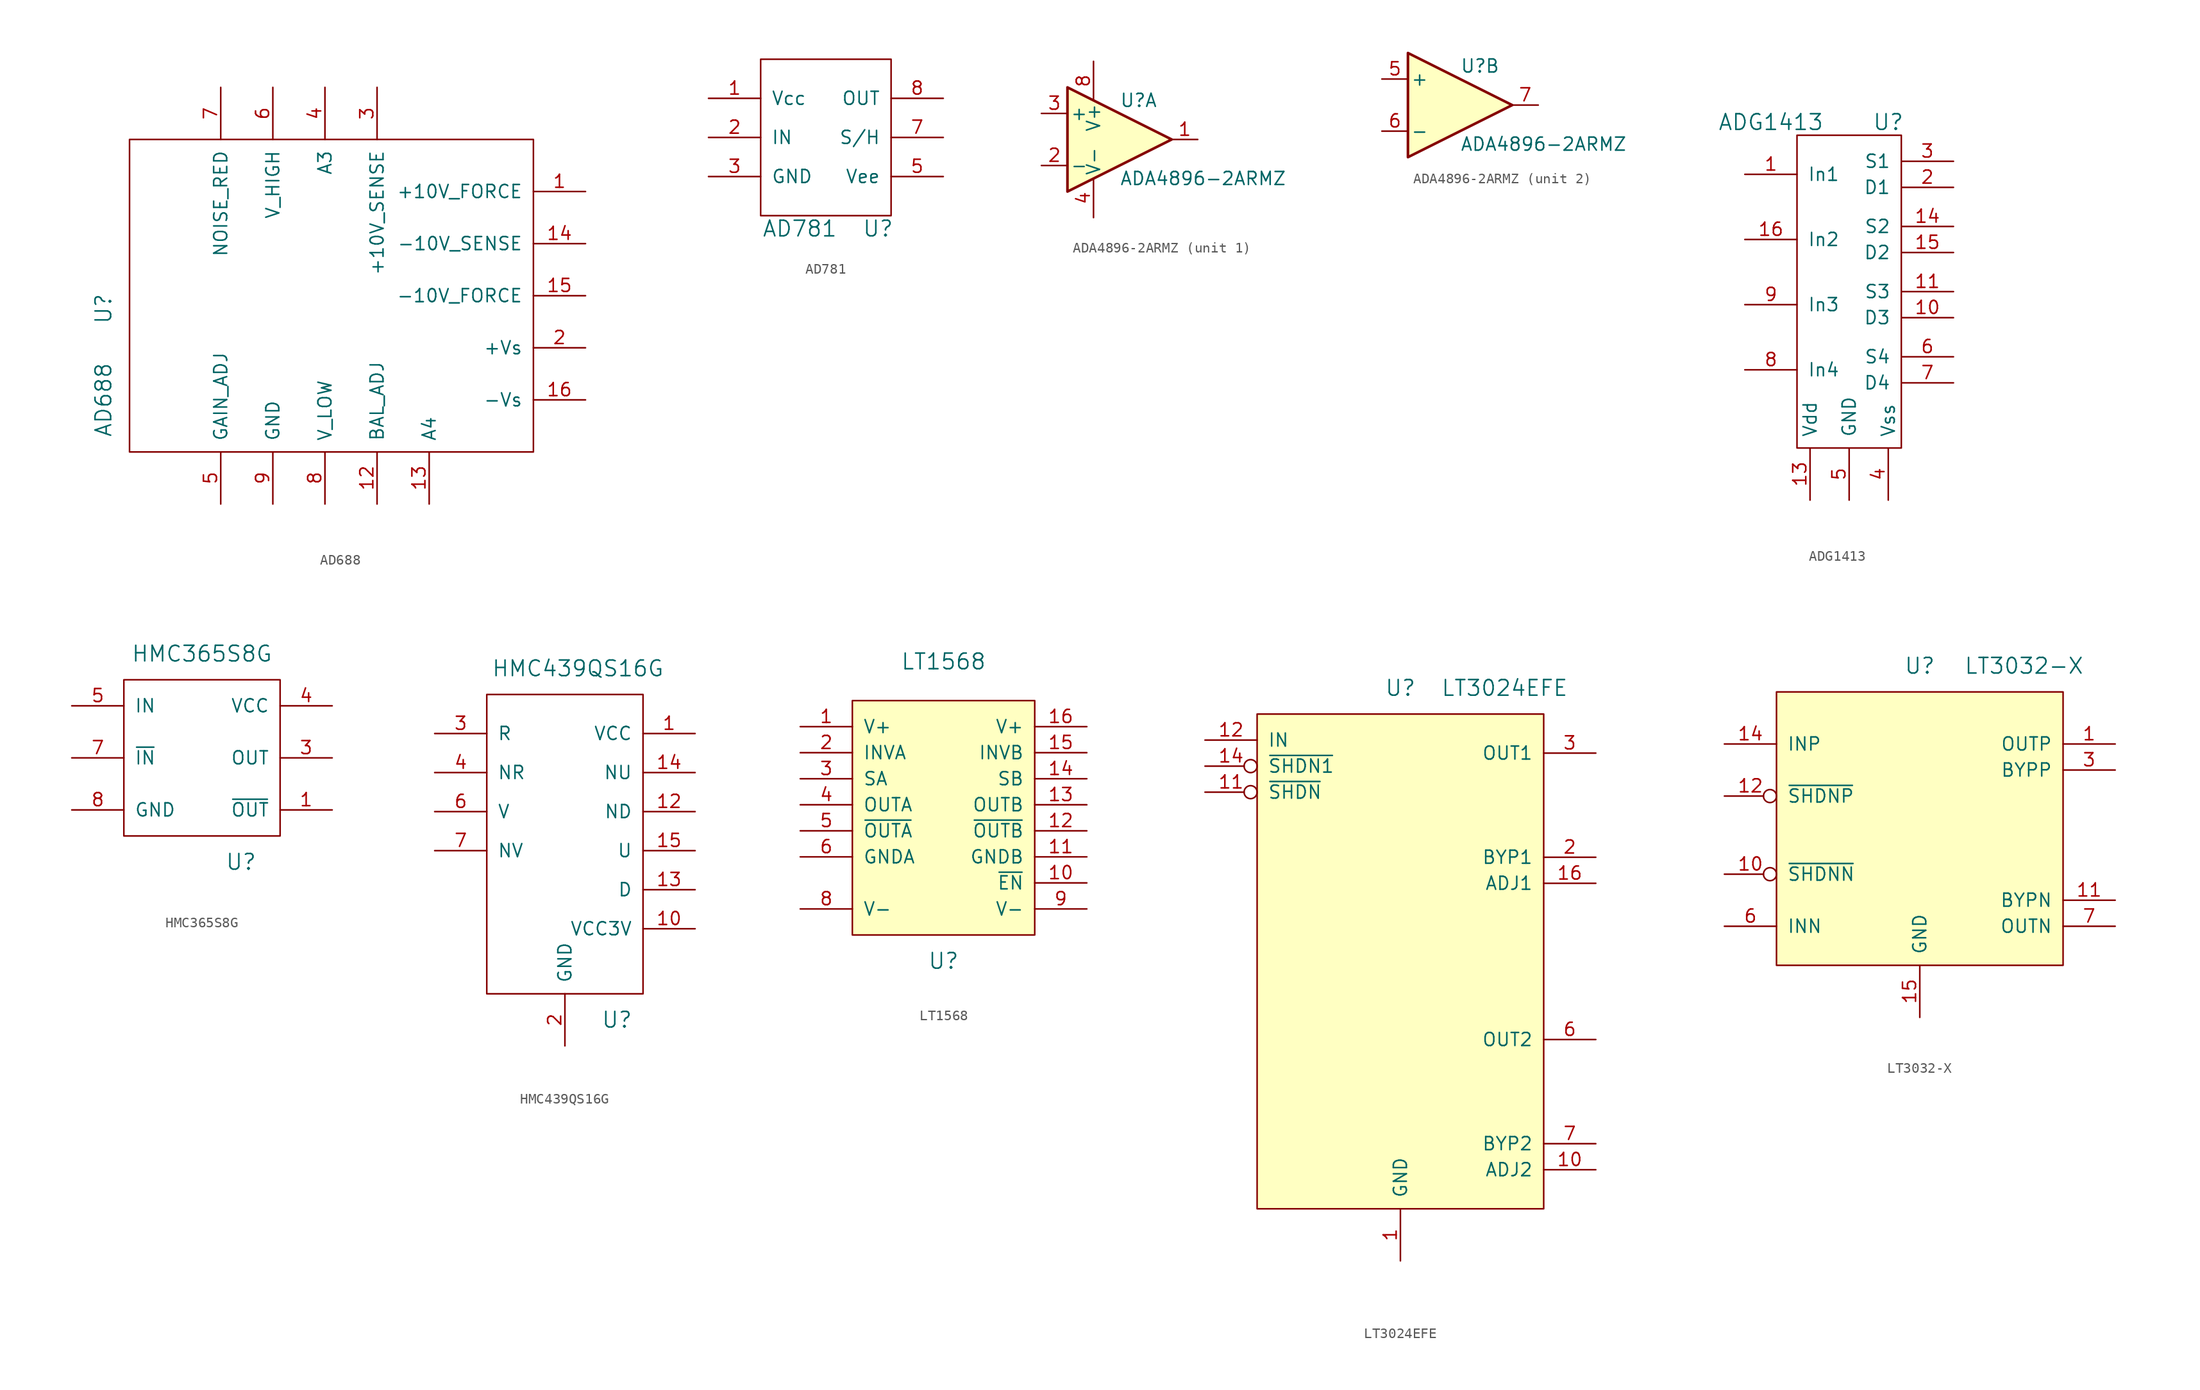
<source format=kicad_sym>
(kicad_symbol_lib
  (version 20211014)
  (generator kicad_symbol_editor)
  (symbol "AD688"
    (pin_names
      (offset 1.016))
    (property "Reference" "U"
      (at -20.32 -1.27 90)
      (effects (font (size 1.524 1.524))))
    (property "Value" "AD688"
      (at -20.32 -10.16 90)
      (effects (font (size 1.524 1.524))))
    (symbol "AD688_0_1"
      (rectangle (start 21.59 15.24) (end -17.78 -15.24) (stroke (width 0) (type default) (color 0 0 0 0)) (fill (type none))))
    (symbol "AD688_1_1"
      (pin input line (at 26.67 10.16 180) (length 5.08) (name "+10V_FORCE" (effects (font (size 1.27 1.27)))) (number "1" (effects (font (size 1.27 1.27)))))
      (pin input line (at 6.35 -20.32 90) (length 5.08) (name "BAL_ADJ" (effects (font (size 1.27 1.27)))) (number "12" (effects (font (size 1.27 1.27)))))
      (pin input line (at 11.43 -20.32 90) (length 5.08) (name "A4" (effects (font (size 1.27 1.27)))) (number "13" (effects (font (size 1.27 1.27)))))
      (pin input line (at 26.67 5.08 180) (length 5.08) (name "-10V_SENSE" (effects (font (size 1.27 1.27)))) (number "14" (effects (font (size 1.27 1.27)))))
      (pin input line (at 26.67 0 180) (length 5.08) (name "-10V_FORCE" (effects (font (size 1.27 1.27)))) (number "15" (effects (font (size 1.27 1.27)))))
      (pin input line (at 26.67 -10.16 180) (length 5.08) (name "-Vs" (effects (font (size 1.27 1.27)))) (number "16" (effects (font (size 1.27 1.27)))))
      (pin input line (at 26.67 -5.08 180) (length 5.08) (name "+Vs" (effects (font (size 1.27 1.27)))) (number "2" (effects (font (size 1.27 1.27)))))
      (pin input line (at 6.35 20.32 270) (length 5.08) (name "+10V_SENSE" (effects (font (size 1.27 1.27)))) (number "3" (effects (font (size 1.27 1.27)))))
      (pin input line (at 1.27 20.32 270) (length 5.08) (name "A3" (effects (font (size 1.27 1.27)))) (number "4" (effects (font (size 1.27 1.27)))))
      (pin input line (at -8.89 -20.32 90) (length 5.08) (name "GAIN_ADJ" (effects (font (size 1.27 1.27)))) (number "5" (effects (font (size 1.27 1.27)))))
      (pin input line (at -3.81 20.32 270) (length 5.08) (name "V_HIGH" (effects (font (size 1.27 1.27)))) (number "6" (effects (font (size 1.27 1.27)))))
      (pin input line (at -8.89 20.32 270) (length 5.08) (name "NOISE_RED" (effects (font (size 1.27 1.27)))) (number "7" (effects (font (size 1.27 1.27)))))
      (pin input line (at 1.27 -20.32 90) (length 5.08) (name "V_LOW" (effects (font (size 1.27 1.27)))) (number "8" (effects (font (size 1.27 1.27)))))
      (pin input line (at -3.81 -20.32 90) (length 5.08) (name "GND" (effects (font (size 1.27 1.27)))) (number "9" (effects (font (size 1.27 1.27)))))))
  (symbol "AD781"
    (pin_names
      (offset 1.016))
    (property "Reference" "U"
      (at 3.81 -1.27 0)
      (effects (font (size 1.524 1.524))))
    (property "Value" "AD781"
      (at -3.81 -1.27 0)
      (effects (font (size 1.524 1.524))))
    (symbol "AD781_0_1"
      (rectangle (start -7.62 15.24) (end 5.08 0) (stroke (width 0) (type default) (color 0 0 0 0)) (fill (type none))))
    (symbol "AD781_1_1"
      (pin passive line (at -12.7 11.43 0) (length 5.08) (name "Vcc" (effects (font (size 1.27 1.27)))) (number "1" (effects (font (size 1.27 1.27)))))
      (pin input line (at -12.7 7.62 0) (length 5.08) (name "IN" (effects (font (size 1.27 1.27)))) (number "2" (effects (font (size 1.27 1.27)))))
      (pin input line (at -12.7 3.81 0) (length 5.08) (name "GND" (effects (font (size 1.27 1.27)))) (number "3" (effects (font (size 1.27 1.27)))))
      (pin input line (at 10.16 3.81 180) (length 5.08) (name "Vee" (effects (font (size 1.27 1.27)))) (number "5" (effects (font (size 1.27 1.27)))))
      (pin input line (at 10.16 7.62 180) (length 5.08) (name "S/H" (effects (font (size 1.27 1.27)))) (number "7" (effects (font (size 1.27 1.27)))))
      (pin input line (at 10.16 11.43 180) (length 5.08) (name "OUT" (effects (font (size 1.27 1.27)))) (number "8" (effects (font (size 1.27 1.27)))))))
  (symbol "ADA4896-2ARMZ"
    (pin_names
      (offset 0.254))
    (property "Reference" "U"
      (at 0 3.81 0)
      (effects (font (size 1.27 1.27)) (justify left)))
    (property "Value" "ADA4896-2ARMZ"
      (at 0 -3.81 0)
      (effects (font (size 1.27 1.27)) (justify left)))
    (symbol "ADA4896-2ARMZ_0_1"
      (polyline (pts (xy -5.08 5.08) (xy 5.08 0) (xy -5.08 -5.08) (xy -5.08 5.08)) (stroke (width 0.254) (type default) (color 0 0 0 0)) (fill (type background))))
    (symbol "ADA4896-2ARMZ_1_1"
      (pin output line (at 7.62 0 180) (length 2.54) (name "~" (effects (font (size 1.27 1.27)))) (number "1" (effects (font (size 1.27 1.27)))))
      (pin input line (at -7.62 -2.54 0) (length 2.54) (name "-" (effects (font (size 1.27 1.27)))) (number "2" (effects (font (size 1.27 1.27)))))
      (pin input line (at -7.62 2.54 0) (length 2.54) (name "+" (effects (font (size 1.27 1.27)))) (number "3" (effects (font (size 1.27 1.27)))))
      (pin power_in line (at -2.54 -7.62 90) (length 3.81) (name "V-" (effects (font (size 1.27 1.27)))) (number "4" (effects (font (size 1.27 1.27)))))
      (pin power_in line (at -2.54 7.62 270) (length 3.81) (name "V+" (effects (font (size 1.27 1.27)))) (number "8" (effects (font (size 1.27 1.27))))))
    (symbol "ADA4896-2ARMZ_2_1"
      (pin input line (at -7.62 2.54 0) (length 2.54) (name "+" (effects (font (size 1.27 1.27)))) (number "5" (effects (font (size 1.27 1.27)))))
      (pin input line (at -7.62 -2.54 0) (length 2.54) (name "-" (effects (font (size 1.27 1.27)))) (number "6" (effects (font (size 1.27 1.27)))))
      (pin output line (at 7.62 0 180) (length 2.54) (name "~" (effects (font (size 1.27 1.27)))) (number "7" (effects (font (size 1.27 1.27)))))))
  (symbol "ADG1413"
    (pin_names
      (offset 1.016))
    (property "Reference" "U"
      (at 3.81 21.59 0)
      (effects (font (size 1.524 1.524))))
    (property "Value" "ADG1413"
      (at -7.62 21.59 0)
      (effects (font (size 1.524 1.524))))
    (symbol "ADG1413_0_1"
      (rectangle (start -5.08 20.32) (end 5.08 -10.16) (stroke (width 0) (type default) (color 0 0 0 0)) (fill (type none))))
    (symbol "ADG1413_1_1"
      (pin input line (at -10.16 16.51 0) (length 5.08) (name "In1" (effects (font (size 1.27 1.27)))) (number "1" (effects (font (size 1.27 1.27)))))
      (pin bidirectional line (at 10.16 2.54 180) (length 5.08) (name "D3" (effects (font (size 1.27 1.27)))) (number "10" (effects (font (size 1.27 1.27)))))
      (pin bidirectional line (at 10.16 5.08 180) (length 5.08) (name "S3" (effects (font (size 1.27 1.27)))) (number "11" (effects (font (size 1.27 1.27)))))
      (pin no_connect line (at 0 25.4 270) (length 5.08) hide (name "NC" (effects (font (size 1.27 1.27)))) (number "12" (effects (font (size 1.27 1.27)))))
      (pin power_in line (at -3.81 -15.24 90) (length 5.08) (name "Vdd" (effects (font (size 1.27 1.27)))) (number "13" (effects (font (size 1.27 1.27)))))
      (pin bidirectional line (at 10.16 11.43 180) (length 5.08) (name "S2" (effects (font (size 1.27 1.27)))) (number "14" (effects (font (size 1.27 1.27)))))
      (pin bidirectional line (at 10.16 8.89 180) (length 5.08) (name "D2" (effects (font (size 1.27 1.27)))) (number "15" (effects (font (size 1.27 1.27)))))
      (pin input line (at -10.16 10.16 0) (length 5.08) (name "In2" (effects (font (size 1.27 1.27)))) (number "16" (effects (font (size 1.27 1.27)))))
      (pin bidirectional line (at 10.16 15.24 180) (length 5.08) (name "D1" (effects (font (size 1.27 1.27)))) (number "2" (effects (font (size 1.27 1.27)))))
      (pin bidirectional line (at 10.16 17.78 180) (length 5.08) (name "S1" (effects (font (size 1.27 1.27)))) (number "3" (effects (font (size 1.27 1.27)))))
      (pin power_in line (at 3.81 -15.24 90) (length 5.08) (name "Vss" (effects (font (size 1.27 1.27)))) (number "4" (effects (font (size 1.27 1.27)))))
      (pin power_in line (at 0 -15.24 90) (length 5.08) (name "GND" (effects (font (size 1.27 1.27)))) (number "5" (effects (font (size 1.27 1.27)))))
      (pin bidirectional line (at 10.16 -1.27 180) (length 5.08) (name "S4" (effects (font (size 1.27 1.27)))) (number "6" (effects (font (size 1.27 1.27)))))
      (pin bidirectional line (at 10.16 -3.81 180) (length 5.08) (name "D4" (effects (font (size 1.27 1.27)))) (number "7" (effects (font (size 1.27 1.27)))))
      (pin input line (at -10.16 -2.54 0) (length 5.08) (name "In4" (effects (font (size 1.27 1.27)))) (number "8" (effects (font (size 1.27 1.27)))))
      (pin input line (at -10.16 3.81 0) (length 5.08) (name "In3" (effects (font (size 1.27 1.27)))) (number "9" (effects (font (size 1.27 1.27)))))))
  (symbol "HMC365S8G"
    (pin_names
      (offset 1.016))
    (property "Reference" "U"
      (at 3.81 -6.35 0)
      (effects (font (size 1.524 1.524))))
    (property "Value" "HMC365S8G"
      (at 0 13.97 0)
      (effects (font (size 1.524 1.524))))
    (symbol "HMC365S8G_0_1"
      (rectangle (start -7.62 11.43) (end 7.62 -3.81) (stroke (width 0) (type default) (color 0 0 0 0)) (fill (type none))))
    (symbol "HMC365S8G_1_0"
      (pin power_in line (at 12.7 8.89 180) (length 5.08) (name "VCC" (effects (font (size 1.27 1.27)))) (number "4" (effects (font (size 1.27 1.27))))))
    (symbol "HMC365S8G_1_1"
      (pin output line (at 12.7 -1.27 180) (length 5.08) (name "~{OUT}" (effects (font (size 1.27 1.27)))) (number "1" (effects (font (size 1.27 1.27)))))
      (pin no_connect line (at -1.27 -8.89 90) (length 5.08) hide (name "NC" (effects (font (size 1.27 1.27)))) (number "2" (effects (font (size 1.27 1.27)))))
      (pin output line (at 12.7 3.81 180) (length 5.08) (name "OUT" (effects (font (size 1.27 1.27)))) (number "3" (effects (font (size 1.27 1.27)))))
      (pin input line (at -12.7 8.89 0) (length 5.08) (name "IN" (effects (font (size 1.27 1.27)))) (number "5" (effects (font (size 1.27 1.27)))))
      (pin no_connect line (at 1.27 -8.89 90) (length 5.08) hide (name "NC" (effects (font (size 1.27 1.27)))) (number "6" (effects (font (size 1.27 1.27)))))
      (pin input line (at -12.7 3.81 0) (length 5.08) (name "~{IN}" (effects (font (size 1.27 1.27)))) (number "7" (effects (font (size 1.27 1.27)))))
      (pin passive line (at -12.7 -1.27 0) (length 5.08) (name "GND" (effects (font (size 1.27 1.27)))) (number "8" (effects (font (size 1.27 1.27)))))
      (pin passive line (at -12.7 -1.27 0) (length 5.08) hide (name "GND" (effects (font (size 1.27 1.27)))) (number "9" (effects (font (size 1.27 1.27)))))))
  (symbol "HMC439QS16G"
    (pin_names
      (offset 1.016))
    (property "Reference" "U"
      (at 5.08 7.62 0)
      (effects (font (size 1.524 1.524))))
    (property "Value" "HMC439QS16G"
      (at 1.27 41.91 0)
      (effects (font (size 1.524 1.524))))
    (symbol "HMC439QS16G_0_1"
      (rectangle (start -7.62 39.37) (end 7.62 10.16) (stroke (width 0) (type default) (color 0 0 0 0)) (fill (type none))))
    (symbol "HMC439QS16G_1_1"
      (pin passive line (at 12.7 35.56 180) (length 5.08) (name "VCC" (effects (font (size 1.27 1.27)))) (number "1" (effects (font (size 1.27 1.27)))))
      (pin passive line (at 12.7 16.51 180) (length 5.08) (name "VCC3V" (effects (font (size 1.27 1.27)))) (number "10" (effects (font (size 1.27 1.27)))))
      (pin passive line (at 0 5.08 90) (length 5.08) hide (name "GND" (effects (font (size 1.27 1.27)))) (number "11" (effects (font (size 1.27 1.27)))))
      (pin passive line (at 12.7 27.94 180) (length 5.08) (name "ND" (effects (font (size 1.27 1.27)))) (number "12" (effects (font (size 1.27 1.27)))))
      (pin passive line (at 12.7 20.32 180) (length 5.08) (name "D" (effects (font (size 1.27 1.27)))) (number "13" (effects (font (size 1.27 1.27)))))
      (pin passive line (at 12.7 31.75 180) (length 5.08) (name "NU" (effects (font (size 1.27 1.27)))) (number "14" (effects (font (size 1.27 1.27)))))
      (pin passive line (at 12.7 24.13 180) (length 5.08) (name "U" (effects (font (size 1.27 1.27)))) (number "15" (effects (font (size 1.27 1.27)))))
      (pin passive line (at 0 5.08 90) (length 5.08) hide (name "GND" (effects (font (size 1.27 1.27)))) (number "16" (effects (font (size 1.27 1.27)))))
      (pin passive line (at 0 5.08 90) (length 5.08) hide (name "GND" (effects (font (size 1.27 1.27)))) (number "17" (effects (font (size 1.27 1.27)))))
      (pin passive line (at 0 5.08 90) (length 5.08) (name "GND" (effects (font (size 1.27 1.27)))) (number "2" (effects (font (size 1.27 1.27)))))
      (pin passive line (at -12.7 35.56 0) (length 5.08) (name "R" (effects (font (size 1.27 1.27)))) (number "3" (effects (font (size 1.27 1.27)))))
      (pin passive line (at -12.7 31.75 0) (length 5.08) (name "NR" (effects (font (size 1.27 1.27)))) (number "4" (effects (font (size 1.27 1.27)))))
      (pin passive line (at 0 5.08 90) (length 5.08) hide (name "GND" (effects (font (size 1.27 1.27)))) (number "5" (effects (font (size 1.27 1.27)))))
      (pin passive line (at -12.7 27.94 0) (length 5.08) (name "V" (effects (font (size 1.27 1.27)))) (number "6" (effects (font (size 1.27 1.27)))))
      (pin passive line (at -12.7 24.13 0) (length 5.08) (name "NV" (effects (font (size 1.27 1.27)))) (number "7" (effects (font (size 1.27 1.27)))))
      (pin passive line (at 0 5.08 90) (length 5.08) hide (name "GND" (effects (font (size 1.27 1.27)))) (number "8" (effects (font (size 1.27 1.27)))))
      (pin passive line (at 0 5.08 90) (length 5.08) hide (name "GND" (effects (font (size 1.27 1.27)))) (number "9" (effects (font (size 1.27 1.27)))))))
  (symbol "LT1568"
    (pin_names
      (offset 1.016))
    (property "Reference" "U"
      (at 0 -13.97 0)
      (effects (font (size 1.524 1.524))))
    (property "Value" "LT1568"
      (at 0 15.24 0)
      (effects (font (size 1.524 1.524))))
    (property "Footprint" ""
      (at 1.27 -1.27 0)
      (effects (font (size 1.524 1.524))))
    (property "Datasheet" ""
      (at 1.27 -1.27 0)
      (effects (font (size 1.524 1.524))))
    (symbol "LT1568_0_1"
      (rectangle (start -8.89 11.43) (end 8.89 -11.43) (stroke (width 0) (type default) (color 0 0 0 0)) (fill (type background)))
      (pin output line (at -13.97 1.27 0) (length 5.08) (name "OUTA" (effects (font (size 1.27 1.27)))) (number "4" (effects (font (size 1.27 1.27)))))
      (pin output line (at -13.97 -1.27 0) (length 5.08) (name "~{OUTA}" (effects (font (size 1.27 1.27)))) (number "5" (effects (font (size 1.27 1.27))))))
    (symbol "LT1568_1_1"
      (pin power_in line (at -13.97 8.89 0) (length 5.08) (name "V+" (effects (font (size 1.27 1.27)))) (number "1" (effects (font (size 1.27 1.27)))))
      (pin input line (at 13.97 -6.35 180) (length 5.08) (name "~{EN}" (effects (font (size 1.27 1.27)))) (number "10" (effects (font (size 1.27 1.27)))))
      (pin passive line (at 13.97 -3.81 180) (length 5.08) (name "GNDB" (effects (font (size 1.27 1.27)))) (number "11" (effects (font (size 1.27 1.27)))))
      (pin output line (at 13.97 -1.27 180) (length 5.08) (name "~{OUTB}" (effects (font (size 1.27 1.27)))) (number "12" (effects (font (size 1.27 1.27)))))
      (pin output line (at 13.97 1.27 180) (length 5.08) (name "OUTB" (effects (font (size 1.27 1.27)))) (number "13" (effects (font (size 1.27 1.27)))))
      (pin input line (at 13.97 3.81 180) (length 5.08) (name "SB" (effects (font (size 1.27 1.27)))) (number "14" (effects (font (size 1.27 1.27)))))
      (pin input line (at 13.97 6.35 180) (length 5.08) (name "INVB" (effects (font (size 1.27 1.27)))) (number "15" (effects (font (size 1.27 1.27)))))
      (pin power_in line (at 13.97 8.89 180) (length 5.08) (name "V+" (effects (font (size 1.27 1.27)))) (number "16" (effects (font (size 1.27 1.27)))))
      (pin input line (at -13.97 6.35 0) (length 5.08) (name "INVA" (effects (font (size 1.27 1.27)))) (number "2" (effects (font (size 1.27 1.27)))))
      (pin input line (at -13.97 3.81 0) (length 5.08) (name "SA" (effects (font (size 1.27 1.27)))) (number "3" (effects (font (size 1.27 1.27)))))
      (pin passive line (at -13.97 -3.81 0) (length 5.08) (name "GNDA" (effects (font (size 1.27 1.27)))) (number "6" (effects (font (size 1.27 1.27)))))
      (pin no_connect line (at -13.97 -6.35 0) (length 5.08) hide (name "NC" (effects (font (size 1.27 1.27)))) (number "7" (effects (font (size 1.27 1.27)))))
      (pin power_in line (at -13.97 -8.89 0) (length 5.08) (name "V-" (effects (font (size 1.27 1.27)))) (number "8" (effects (font (size 1.27 1.27)))))
      (pin power_in line (at 13.97 -8.89 180) (length 5.08) (name "V-" (effects (font (size 1.27 1.27)))) (number "9" (effects (font (size 1.27 1.27)))))))
  (symbol "LT3024EFE"
    (pin_names
      (offset 1.016))
    (property "Reference" "U"
      (at 0 26.67 0)
      (effects (font (size 1.524 1.524))))
    (property "Value" "LT3024EFE"
      (at 10.16 26.67 0)
      (effects (font (size 1.524 1.524))))
    (symbol "LT3024EFE_0_1"
      (rectangle (start -13.97 24.13) (end 13.97 -24.13) (stroke (width 0) (type default) (color 0 0 0 0)) (fill (type background))))
    (symbol "LT3024EFE_1_1"
      (pin power_out line (at 0 -29.21 90) (length 5.08) (name "GND" (effects (font (size 1.27 1.27)))) (number "1" (effects (font (size 1.27 1.27)))))
      (pin input line (at 19.05 -20.32 180) (length 5.08) (name "ADJ2" (effects (font (size 1.27 1.27)))) (number "10" (effects (font (size 1.27 1.27)))))
      (pin power_out line (at 0 -29.21 90) (length 5.08) hide (name "GND" (effects (font (size 1.27 1.27)))) (number "11" (effects (font (size 1.27 1.27)))))
      (pin input inverted (at -19.05 16.51 0) (length 5.08) (name "~{SHDN}" (effects (font (size 1.27 1.27)))) (number "11" (effects (font (size 1.27 1.27)))))
      (pin power_in line (at -19.05 21.59 0) (length 5.08) (name "IN" (effects (font (size 1.27 1.27)))) (number "12" (effects (font (size 1.27 1.27)))))
      (pin power_in line (at -19.05 21.59 0) (length 5.08) hide (name "IN" (effects (font (size 1.27 1.27)))) (number "13" (effects (font (size 1.27 1.27)))))
      (pin input inverted (at -19.05 19.05 0) (length 5.08) (name "~{SHDN1}" (effects (font (size 1.27 1.27)))) (number "14" (effects (font (size 1.27 1.27)))))
      (pin input line (at 19.05 7.62 180) (length 5.08) (name "ADJ1" (effects (font (size 1.27 1.27)))) (number "16" (effects (font (size 1.27 1.27)))))
      (pin power_in line (at 0 -29.21 90) (length 5.08) hide (name "GND" (effects (font (size 1.27 1.27)))) (number "16" (effects (font (size 1.27 1.27)))))
      (pin passive line (at 19.05 10.16 180) (length 5.08) (name "BYP1" (effects (font (size 1.27 1.27)))) (number "2" (effects (font (size 1.27 1.27)))))
      (pin power_out line (at 19.05 20.32 180) (length 5.08) (name "OUT1" (effects (font (size 1.27 1.27)))) (number "3" (effects (font (size 1.27 1.27)))))
      (pin power_out line (at 19.05 20.32 180) (length 5.08) hide (name "OUT1" (effects (font (size 1.27 1.27)))) (number "4" (effects (font (size 1.27 1.27)))))
      (pin power_out line (at 19.05 -7.62 180) (length 5.08) (name "OUT2" (effects (font (size 1.27 1.27)))) (number "6" (effects (font (size 1.27 1.27)))))
      (pin passive line (at 19.05 -17.78 180) (length 5.08) (name "BYP2" (effects (font (size 1.27 1.27)))) (number "7" (effects (font (size 1.27 1.27)))))
      (pin power_in line (at 0 -29.21 90) (length 5.08) hide (name "GND" (effects (font (size 1.27 1.27)))) (number "8" (effects (font (size 1.27 1.27)))))
      (pin power_in line (at 0 -29.21 90) (length 5.08) hide (name "GND" (effects (font (size 1.27 1.27)))) (number "9" (effects (font (size 1.27 1.27)))))))
  (symbol "LT3032-X"
    (pin_names
      (offset 1.016))
    (property "Reference" "U"
      (at 0 16.51 0)
      (effects (font (size 1.524 1.524))))
    (property "Value" "LT3032-X"
      (at 10.16 16.51 0)
      (effects (font (size 1.524 1.524))))
    (symbol "LT3032-X_0_1"
      (rectangle (start -13.97 13.97) (end 13.97 -12.7) (stroke (width 0) (type default) (color 0 0 0 0)) (fill (type background))))
    (symbol "LT3032-X_1_1"
      (pin power_out line (at 19.05 8.89 180) (length 5.08) (name "OUTP" (effects (font (size 1.27 1.27)))) (number "1" (effects (font (size 1.27 1.27)))))
      (pin input inverted (at -19.05 -3.81 0) (length 5.08) (name "~{SHDNN}" (effects (font (size 1.27 1.27)))) (number "10" (effects (font (size 1.27 1.27)))))
      (pin passive line (at 19.05 -6.35 180) (length 5.08) (name "BYPN" (effects (font (size 1.27 1.27)))) (number "11" (effects (font (size 1.27 1.27)))))
      (pin input inverted (at -19.05 3.81 0) (length 5.08) (name "~{SHDNP}" (effects (font (size 1.27 1.27)))) (number "12" (effects (font (size 1.27 1.27)))))
      (pin power_in line (at -19.05 8.89 0) (length 5.08) (name "INP" (effects (font (size 1.27 1.27)))) (number "14" (effects (font (size 1.27 1.27)))))
      (pin power_in line (at 0 -17.78 90) (length 5.08) (name "GND" (effects (font (size 1.27 1.27)))) (number "15" (effects (font (size 1.27 1.27)))))
      (pin power_in line (at -19.05 -8.89 0) (length 5.08) hide (name "INN" (effects (font (size 1.27 1.27)))) (number "16" (effects (font (size 1.27 1.27)))))
      (pin passive line (at 19.05 6.35 180) (length 5.08) (name "BYPP" (effects (font (size 1.27 1.27)))) (number "3" (effects (font (size 1.27 1.27)))))
      (pin power_in line (at 0 -17.78 90) (length 5.08) hide (name "~" (effects (font (size 1.27 1.27)))) (number "4" (effects (font (size 1.27 1.27)))))
      (pin power_in line (at 0 -17.78 90) (length 5.08) hide (name "~" (effects (font (size 1.27 1.27)))) (number "5" (effects (font (size 1.27 1.27)))))
      (pin power_in line (at -19.05 -8.89 0) (length 5.08) (name "INN" (effects (font (size 1.27 1.27)))) (number "6" (effects (font (size 1.27 1.27)))))
      (pin power_out line (at 19.05 -8.89 180) (length 5.08) (name "OUTN" (effects (font (size 1.27 1.27)))) (number "7" (effects (font (size 1.27 1.27)))))
      (pin power_in line (at -19.05 -8.89 0) (length 5.08) hide (name "INN" (effects (font (size 1.27 1.27)))) (number "9" (effects (font (size 1.27 1.27))))))))
</source>
